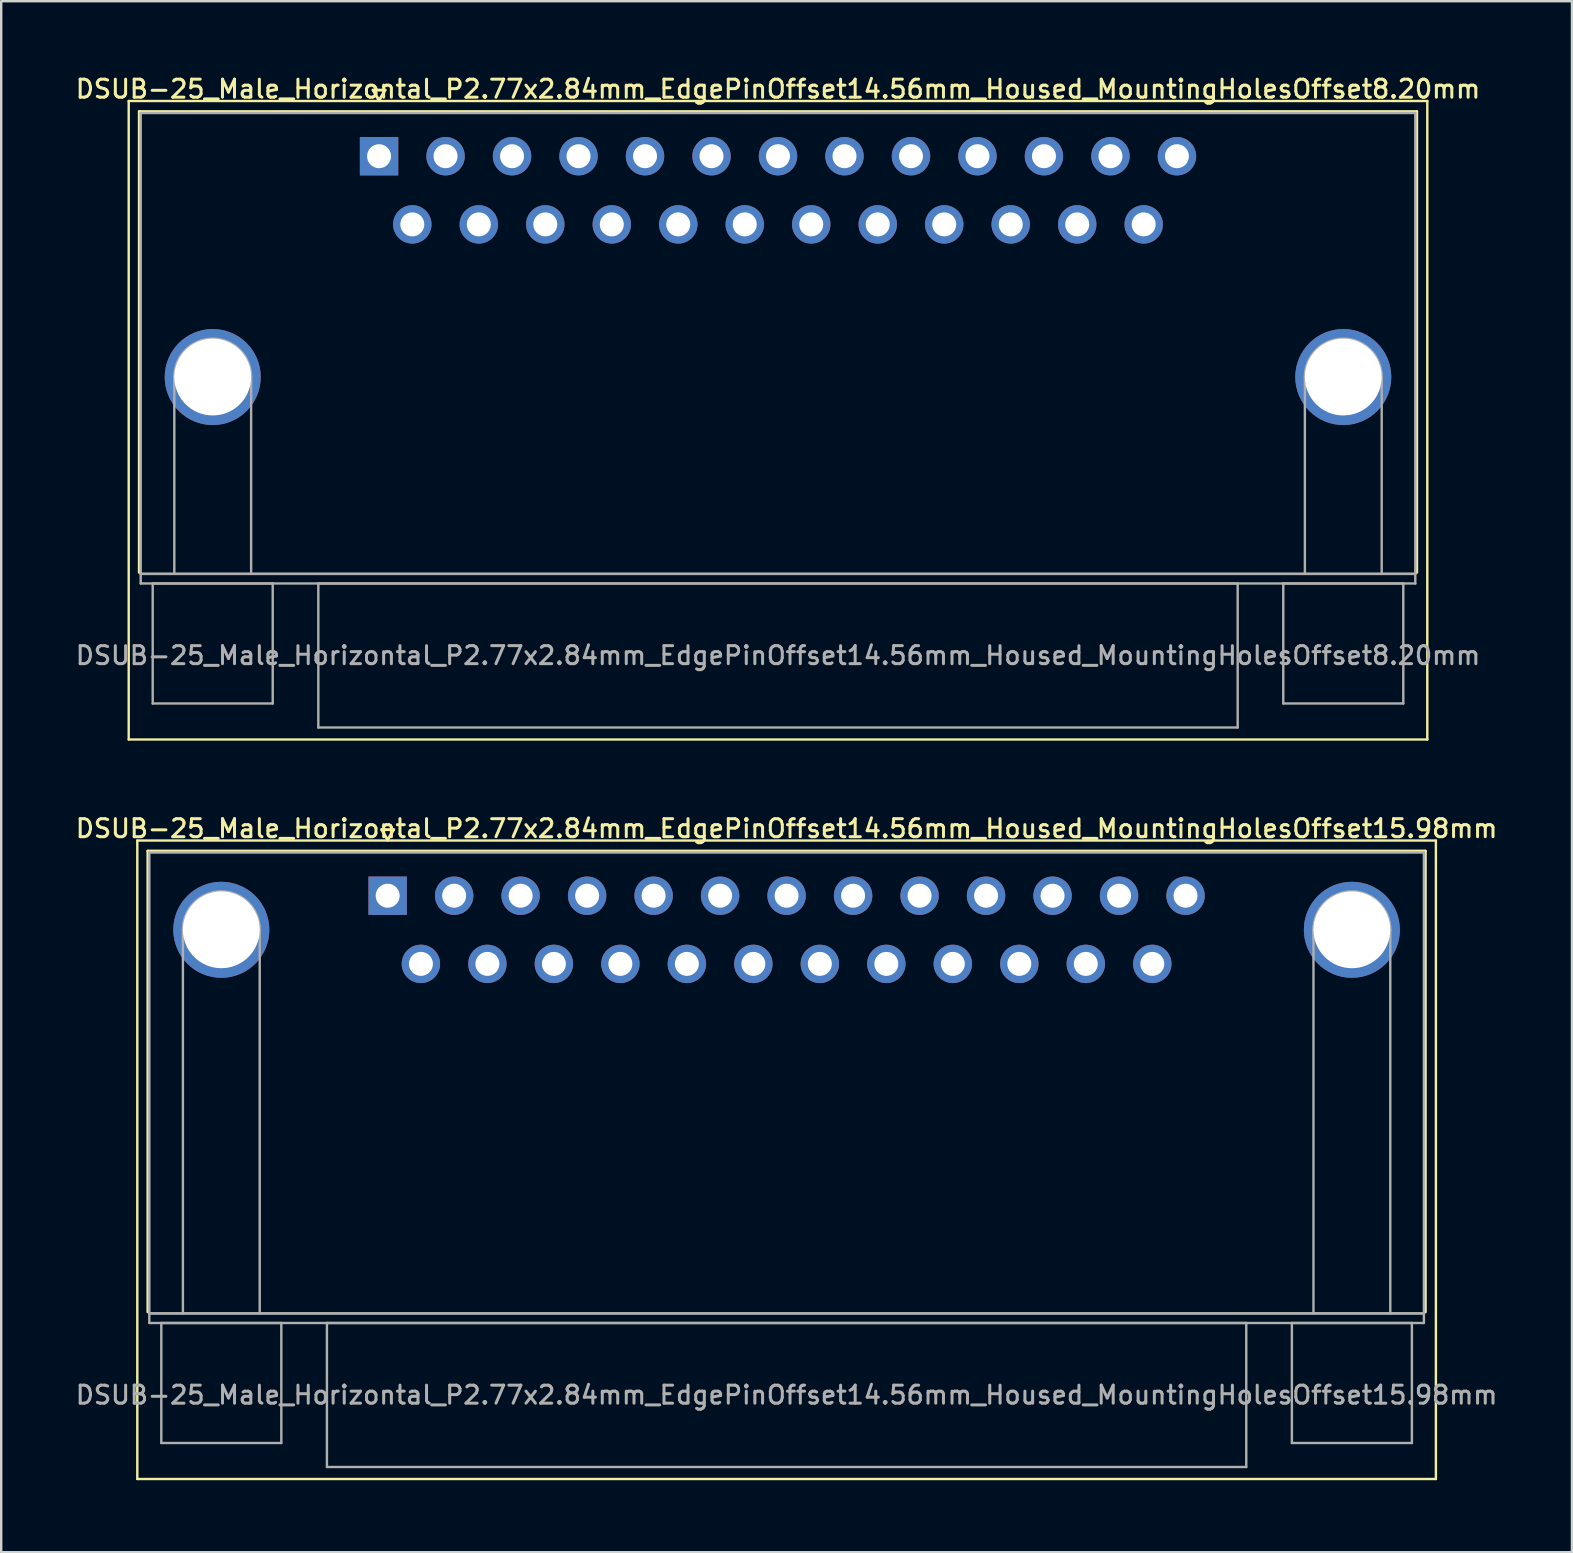
<source format=kicad_pcb>
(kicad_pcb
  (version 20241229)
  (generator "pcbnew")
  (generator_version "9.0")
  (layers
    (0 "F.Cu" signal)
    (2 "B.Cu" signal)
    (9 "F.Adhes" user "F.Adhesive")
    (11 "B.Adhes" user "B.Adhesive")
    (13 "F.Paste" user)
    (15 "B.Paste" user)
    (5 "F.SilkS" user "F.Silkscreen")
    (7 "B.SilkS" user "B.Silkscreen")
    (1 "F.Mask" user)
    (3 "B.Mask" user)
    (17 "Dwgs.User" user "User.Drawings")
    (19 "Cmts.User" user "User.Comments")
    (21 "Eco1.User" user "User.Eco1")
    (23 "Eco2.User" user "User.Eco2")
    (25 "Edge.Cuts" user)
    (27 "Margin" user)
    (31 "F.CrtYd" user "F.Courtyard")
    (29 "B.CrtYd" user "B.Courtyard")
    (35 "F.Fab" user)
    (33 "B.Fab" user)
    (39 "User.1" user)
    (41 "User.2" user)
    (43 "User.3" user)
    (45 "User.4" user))
  (footprint "DSUB-25_Male_Horizontal_P2.77x2.84mm_EdgePinOffset14.56mm_Housed_MountingHolesOffset15.98mm"
    (layer "F.Cu")
    (at 13.1 34.266)
    (property "Reference" "DSUB-25_Male_Horizontal_P2.77x2.84mm_EdgePinOffset14.56mm_Housed_MountingHolesOffset15.98mm" (at 16.62 -2.8 0) (layer "F.SilkS") (effects (font (size 0.75 0.75) (thickness 0.125))))
    (attr through_hole)
    (fp_line (start -10.43 -2.3) (end -10.43 24.3) (stroke (width 0.1) (type solid)) (layer "F.SilkS"))
    (fp_line (start -10.43 24.3) (end 43.67 24.3) (stroke (width 0.1) (type solid)) (layer "F.SilkS"))
    (fp_line (start -9.99 -1.86) (end 43.23 -1.86) (stroke (width 0.12) (type solid)) (layer "F.SilkS"))
    (fp_line (start -9.99 17.34) (end -9.99 -1.86) (stroke (width 0.12) (type solid)) (layer "F.SilkS"))
    (fp_line (start -0.25 -2.754) (end 0.25 -2.754) (stroke (width 0.12) (type solid)) (layer "F.SilkS"))
    (fp_line (start 0 -2.321) (end -0.25 -2.754) (stroke (width 0.12) (type solid)) (layer "F.SilkS"))
    (fp_line (start 0.25 -2.754) (end 0 -2.321) (stroke (width 0.12) (type solid)) (layer "F.SilkS"))
    (fp_line (start 43.23 -1.86) (end 43.23 17.34) (stroke (width 0.12) (type solid)) (layer "F.SilkS"))
    (fp_line (start 43.67 -2.3) (end -10.43 -2.3) (stroke (width 0.1) (type solid)) (layer "F.SilkS"))
    (fp_line (start 43.67 24.3) (end 43.67 -2.3) (stroke (width 0.1) (type solid)) (layer "F.SilkS"))
    (fp_line (start -9.93 -1.8) (end -9.93 17.4) (stroke (width 0.1) (type solid)) (layer "F.Fab"))
    (fp_line (start -9.93 17.4) (end -9.93 17.8) (stroke (width 0.1) (type solid)) (layer "F.Fab"))
    (fp_line (start -9.93 17.4) (end 43.17 17.4) (stroke (width 0.1) (type solid)) (layer "F.Fab"))
    (fp_line (start -9.93 17.8) (end 43.17 17.8) (stroke (width 0.1) (type solid)) (layer "F.Fab"))
    (fp_line (start -9.43 17.8) (end -9.43 22.8) (stroke (width 0.1) (type solid)) (layer "F.Fab"))
    (fp_line (start -9.43 22.8) (end -4.43 22.8) (stroke (width 0.1) (type solid)) (layer "F.Fab"))
    (fp_line (start -8.53 17.4) (end -8.53 1.42) (stroke (width 0.1) (type solid)) (layer "F.Fab"))
    (fp_line (start -5.33 17.4) (end -5.33 1.42) (stroke (width 0.1) (type solid)) (layer "F.Fab"))
    (fp_line (start -4.43 17.8) (end -9.43 17.8) (stroke (width 0.1) (type solid)) (layer "F.Fab"))
    (fp_line (start -4.43 22.8) (end -4.43 17.8) (stroke (width 0.1) (type solid)) (layer "F.Fab"))
    (fp_line (start -2.53 17.8) (end -2.53 23.8) (stroke (width 0.1) (type solid)) (layer "F.Fab"))
    (fp_line (start -2.53 23.8) (end 35.77 23.8) (stroke (width 0.1) (type solid)) (layer "F.Fab"))
    (fp_line (start 35.77 17.8) (end -2.53 17.8) (stroke (width 0.1) (type solid)) (layer "F.Fab"))
    (fp_line (start 35.77 23.8) (end 35.77 17.8) (stroke (width 0.1) (type solid)) (layer "F.Fab"))
    (fp_line (start 37.67 17.8) (end 37.67 22.8) (stroke (width 0.1) (type solid)) (layer "F.Fab"))
    (fp_line (start 37.67 22.8) (end 42.67 22.8) (stroke (width 0.1) (type solid)) (layer "F.Fab"))
    (fp_line (start 38.57 17.4) (end 38.57 1.42) (stroke (width 0.1) (type solid)) (layer "F.Fab"))
    (fp_line (start 41.77 17.4) (end 41.77 1.42) (stroke (width 0.1) (type solid)) (layer "F.Fab"))
    (fp_line (start 42.67 17.8) (end 37.67 17.8) (stroke (width 0.1) (type solid)) (layer "F.Fab"))
    (fp_line (start 42.67 22.8) (end 42.67 17.8) (stroke (width 0.1) (type solid)) (layer "F.Fab"))
    (fp_line (start 43.17 -1.8) (end -9.93 -1.8) (stroke (width 0.1) (type solid)) (layer "F.Fab"))
    (fp_line (start 43.17 17.4) (end -9.93 17.4) (stroke (width 0.1) (type solid)) (layer "F.Fab"))
    (fp_line (start 43.17 17.4) (end 43.17 -1.8) (stroke (width 0.1) (type solid)) (layer "F.Fab"))
    (fp_line (start 43.17 17.8) (end 43.17 17.4) (stroke (width 0.1) (type solid)) (layer "F.Fab"))
    (fp_arc (start -8.53 1.42) (mid -6.93 -0.18) (end -5.33 1.42) (stroke (width 0.1) (type solid)) (layer "F.Fab"))
    (fp_arc (start 38.57 1.42) (mid 40.17 -0.18) (end 41.77 1.42) (stroke (width 0.1) (type solid)) (layer "F.Fab"))
    (fp_text user "${REFERENCE}" (at 16.62 20.8 0) (layer "F.Fab") (effects (font (size 0.75 0.75) (thickness 0.125))))
    (pad "0" thru_hole circle (at -6.93 1.42) (size 4 4) (drill 3.2) (layers "*.Cu" "*.Mask"))
    (pad "0" thru_hole circle (at 40.17 1.42) (size 4 4) (drill 3.2) (layers "*.Cu" "*.Mask"))
    (pad "1" thru_hole rect (at 0 0) (size 1.6 1.6) (drill 1) (layers "*.Cu" "*.Mask"))
    (pad "2" thru_hole circle (at 2.77 0) (size 1.6 1.6) (drill 1) (layers "*.Cu" "*.Mask"))
    (pad "3" thru_hole circle (at 5.54 0) (size 1.6 1.6) (drill 1) (layers "*.Cu" "*.Mask"))
    (pad "4" thru_hole circle (at 8.31 0) (size 1.6 1.6) (drill 1) (layers "*.Cu" "*.Mask"))
    (pad "5" thru_hole circle (at 11.08 0) (size 1.6 1.6) (drill 1) (layers "*.Cu" "*.Mask"))
    (pad "6" thru_hole circle (at 13.85 0) (size 1.6 1.6) (drill 1) (layers "*.Cu" "*.Mask"))
    (pad "7" thru_hole circle (at 16.62 0) (size 1.6 1.6) (drill 1) (layers "*.Cu" "*.Mask"))
    (pad "8" thru_hole circle (at 19.39 0) (size 1.6 1.6) (drill 1) (layers "*.Cu" "*.Mask"))
    (pad "9" thru_hole circle (at 22.16 0) (size 1.6 1.6) (drill 1) (layers "*.Cu" "*.Mask"))
    (pad "10" thru_hole circle (at 24.93 0) (size 1.6 1.6) (drill 1) (layers "*.Cu" "*.Mask"))
    (pad "11" thru_hole circle (at 27.7 0) (size 1.6 1.6) (drill 1) (layers "*.Cu" "*.Mask"))
    (pad "12" thru_hole circle (at 30.47 0) (size 1.6 1.6) (drill 1) (layers "*.Cu" "*.Mask"))
    (pad "13" thru_hole circle (at 33.24 0) (size 1.6 1.6) (drill 1) (layers "*.Cu" "*.Mask"))
    (pad "14" thru_hole circle (at 1.385 2.84) (size 1.6 1.6) (drill 1) (layers "*.Cu" "*.Mask"))
    (pad "15" thru_hole circle (at 4.155 2.84) (size 1.6 1.6) (drill 1) (layers "*.Cu" "*.Mask"))
    (pad "16" thru_hole circle (at 6.925 2.84) (size 1.6 1.6) (drill 1) (layers "*.Cu" "*.Mask"))
    (pad "17" thru_hole circle (at 9.695 2.84) (size 1.6 1.6) (drill 1) (layers "*.Cu" "*.Mask"))
    (pad "18" thru_hole circle (at 12.465 2.84) (size 1.6 1.6) (drill 1) (layers "*.Cu" "*.Mask"))
    (pad "19" thru_hole circle (at 15.235 2.84) (size 1.6 1.6) (drill 1) (layers "*.Cu" "*.Mask"))
    (pad "20" thru_hole circle (at 18.005 2.84) (size 1.6 1.6) (drill 1) (layers "*.Cu" "*.Mask"))
    (pad "21" thru_hole circle (at 20.775 2.84) (size 1.6 1.6) (drill 1) (layers "*.Cu" "*.Mask"))
    (pad "22" thru_hole circle (at 23.545 2.84) (size 1.6 1.6) (drill 1) (layers "*.Cu" "*.Mask"))
    (pad "23" thru_hole circle (at 26.315 2.84) (size 1.6 1.6) (drill 1) (layers "*.Cu" "*.Mask"))
    (pad "24" thru_hole circle (at 29.085 2.84) (size 1.6 1.6) (drill 1) (layers "*.Cu" "*.Mask"))
    (pad "25" thru_hole circle (at 31.855 2.84) (size 1.6 1.6) (drill 1) (layers "*.Cu" "*.Mask")))
  (footprint "DSUB-25_Male_Horizontal_P2.77x2.84mm_EdgePinOffset14.56mm_Housed_MountingHolesOffset8.20mm"
    (layer "F.Cu")
    (at 12.742 3.458)
    (property "Reference" "DSUB-25_Male_Horizontal_P2.77x2.84mm_EdgePinOffset14.56mm_Housed_MountingHolesOffset8.20mm" (at 16.62 -2.8 0) (layer "F.SilkS") (effects (font (size 0.75 0.75) (thickness 0.125))))
    (attr through_hole)
    (fp_line (start -10.43 -2.3) (end -10.43 24.3) (stroke (width 0.1) (type solid)) (layer "F.SilkS"))
    (fp_line (start -10.43 24.3) (end 43.67 24.3) (stroke (width 0.1) (type solid)) (layer "F.SilkS"))
    (fp_line (start -9.99 -1.86) (end 43.23 -1.86) (stroke (width 0.12) (type solid)) (layer "F.SilkS"))
    (fp_line (start -9.99 17.34) (end -9.99 -1.86) (stroke (width 0.12) (type solid)) (layer "F.SilkS"))
    (fp_line (start -0.25 -2.754) (end 0.25 -2.754) (stroke (width 0.12) (type solid)) (layer "F.SilkS"))
    (fp_line (start 0 -2.321) (end -0.25 -2.754) (stroke (width 0.12) (type solid)) (layer "F.SilkS"))
    (fp_line (start 0.25 -2.754) (end 0 -2.321) (stroke (width 0.12) (type solid)) (layer "F.SilkS"))
    (fp_line (start 43.23 -1.86) (end 43.23 17.34) (stroke (width 0.12) (type solid)) (layer "F.SilkS"))
    (fp_line (start 43.67 -2.3) (end -10.43 -2.3) (stroke (width 0.1) (type solid)) (layer "F.SilkS"))
    (fp_line (start 43.67 24.3) (end 43.67 -2.3) (stroke (width 0.1) (type solid)) (layer "F.SilkS"))
    (fp_line (start -9.93 -1.8) (end -9.93 17.4) (stroke (width 0.1) (type solid)) (layer "F.Fab"))
    (fp_line (start -9.93 17.4) (end -9.93 17.8) (stroke (width 0.1) (type solid)) (layer "F.Fab"))
    (fp_line (start -9.93 17.4) (end 43.17 17.4) (stroke (width 0.1) (type solid)) (layer "F.Fab"))
    (fp_line (start -9.93 17.8) (end 43.17 17.8) (stroke (width 0.1) (type solid)) (layer "F.Fab"))
    (fp_line (start -9.43 17.8) (end -9.43 22.8) (stroke (width 0.1) (type solid)) (layer "F.Fab"))
    (fp_line (start -9.43 22.8) (end -4.43 22.8) (stroke (width 0.1) (type solid)) (layer "F.Fab"))
    (fp_line (start -8.53 17.4) (end -8.53 9.2) (stroke (width 0.1) (type solid)) (layer "F.Fab"))
    (fp_line (start -5.33 17.4) (end -5.33 9.2) (stroke (width 0.1) (type solid)) (layer "F.Fab"))
    (fp_line (start -4.43 17.8) (end -9.43 17.8) (stroke (width 0.1) (type solid)) (layer "F.Fab"))
    (fp_line (start -4.43 22.8) (end -4.43 17.8) (stroke (width 0.1) (type solid)) (layer "F.Fab"))
    (fp_line (start -2.53 17.8) (end -2.53 23.8) (stroke (width 0.1) (type solid)) (layer "F.Fab"))
    (fp_line (start -2.53 23.8) (end 35.77 23.8) (stroke (width 0.1) (type solid)) (layer "F.Fab"))
    (fp_line (start 35.77 17.8) (end -2.53 17.8) (stroke (width 0.1) (type solid)) (layer "F.Fab"))
    (fp_line (start 35.77 23.8) (end 35.77 17.8) (stroke (width 0.1) (type solid)) (layer "F.Fab"))
    (fp_line (start 37.67 17.8) (end 37.67 22.8) (stroke (width 0.1) (type solid)) (layer "F.Fab"))
    (fp_line (start 37.67 22.8) (end 42.67 22.8) (stroke (width 0.1) (type solid)) (layer "F.Fab"))
    (fp_line (start 38.57 17.4) (end 38.57 9.2) (stroke (width 0.1) (type solid)) (layer "F.Fab"))
    (fp_line (start 41.77 17.4) (end 41.77 9.2) (stroke (width 0.1) (type solid)) (layer "F.Fab"))
    (fp_line (start 42.67 17.8) (end 37.67 17.8) (stroke (width 0.1) (type solid)) (layer "F.Fab"))
    (fp_line (start 42.67 22.8) (end 42.67 17.8) (stroke (width 0.1) (type solid)) (layer "F.Fab"))
    (fp_line (start 43.17 -1.8) (end -9.93 -1.8) (stroke (width 0.1) (type solid)) (layer "F.Fab"))
    (fp_line (start 43.17 17.4) (end -9.93 17.4) (stroke (width 0.1) (type solid)) (layer "F.Fab"))
    (fp_line (start 43.17 17.4) (end 43.17 -1.8) (stroke (width 0.1) (type solid)) (layer "F.Fab"))
    (fp_line (start 43.17 17.8) (end 43.17 17.4) (stroke (width 0.1) (type solid)) (layer "F.Fab"))
    (fp_arc (start -8.53 9.2) (mid -6.93 7.6) (end -5.33 9.2) (stroke (width 0.1) (type solid)) (layer "F.Fab"))
    (fp_arc (start 38.57 9.2) (mid 40.17 7.6) (end 41.77 9.2) (stroke (width 0.1) (type solid)) (layer "F.Fab"))
    (fp_text user "${REFERENCE}" (at 16.62 20.8 0) (layer "F.Fab") (effects (font (size 0.75 0.75) (thickness 0.125))))
    (pad "0" thru_hole circle (at -6.93 9.2) (size 4 4) (drill 3.2) (layers "*.Cu" "*.Mask"))
    (pad "0" thru_hole circle (at 40.17 9.2) (size 4 4) (drill 3.2) (layers "*.Cu" "*.Mask"))
    (pad "1" thru_hole rect (at 0 0) (size 1.6 1.6) (drill 1) (layers "*.Cu" "*.Mask"))
    (pad "2" thru_hole circle (at 2.77 0) (size 1.6 1.6) (drill 1) (layers "*.Cu" "*.Mask"))
    (pad "3" thru_hole circle (at 5.54 0) (size 1.6 1.6) (drill 1) (layers "*.Cu" "*.Mask"))
    (pad "4" thru_hole circle (at 8.31 0) (size 1.6 1.6) (drill 1) (layers "*.Cu" "*.Mask"))
    (pad "5" thru_hole circle (at 11.08 0) (size 1.6 1.6) (drill 1) (layers "*.Cu" "*.Mask"))
    (pad "6" thru_hole circle (at 13.85 0) (size 1.6 1.6) (drill 1) (layers "*.Cu" "*.Mask"))
    (pad "7" thru_hole circle (at 16.62 0) (size 1.6 1.6) (drill 1) (layers "*.Cu" "*.Mask"))
    (pad "8" thru_hole circle (at 19.39 0) (size 1.6 1.6) (drill 1) (layers "*.Cu" "*.Mask"))
    (pad "9" thru_hole circle (at 22.16 0) (size 1.6 1.6) (drill 1) (layers "*.Cu" "*.Mask"))
    (pad "10" thru_hole circle (at 24.93 0) (size 1.6 1.6) (drill 1) (layers "*.Cu" "*.Mask"))
    (pad "11" thru_hole circle (at 27.7 0) (size 1.6 1.6) (drill 1) (layers "*.Cu" "*.Mask"))
    (pad "12" thru_hole circle (at 30.47 0) (size 1.6 1.6) (drill 1) (layers "*.Cu" "*.Mask"))
    (pad "13" thru_hole circle (at 33.24 0) (size 1.6 1.6) (drill 1) (layers "*.Cu" "*.Mask"))
    (pad "14" thru_hole circle (at 1.385 2.84) (size 1.6 1.6) (drill 1) (layers "*.Cu" "*.Mask"))
    (pad "15" thru_hole circle (at 4.155 2.84) (size 1.6 1.6) (drill 1) (layers "*.Cu" "*.Mask"))
    (pad "16" thru_hole circle (at 6.925 2.84) (size 1.6 1.6) (drill 1) (layers "*.Cu" "*.Mask"))
    (pad "17" thru_hole circle (at 9.695 2.84) (size 1.6 1.6) (drill 1) (layers "*.Cu" "*.Mask"))
    (pad "18" thru_hole circle (at 12.465 2.84) (size 1.6 1.6) (drill 1) (layers "*.Cu" "*.Mask"))
    (pad "19" thru_hole circle (at 15.235 2.84) (size 1.6 1.6) (drill 1) (layers "*.Cu" "*.Mask"))
    (pad "20" thru_hole circle (at 18.005 2.84) (size 1.6 1.6) (drill 1) (layers "*.Cu" "*.Mask"))
    (pad "21" thru_hole circle (at 20.775 2.84) (size 1.6 1.6) (drill 1) (layers "*.Cu" "*.Mask"))
    (pad "22" thru_hole circle (at 23.545 2.84) (size 1.6 1.6) (drill 1) (layers "*.Cu" "*.Mask"))
    (pad "23" thru_hole circle (at 26.315 2.84) (size 1.6 1.6) (drill 1) (layers "*.Cu" "*.Mask"))
    (pad "24" thru_hole circle (at 29.085 2.84) (size 1.6 1.6) (drill 1) (layers "*.Cu" "*.Mask"))
    (pad "25" thru_hole circle (at 31.855 2.84) (size 1.6 1.6) (drill 1) (layers "*.Cu" "*.Mask")))
  (gr_rect
    (start -3 -3)
    (end 62.439 61.616)
    (stroke (width 0.1) (type default))
    (fill no)
    (layer "Edge.Cuts")))
</source>
